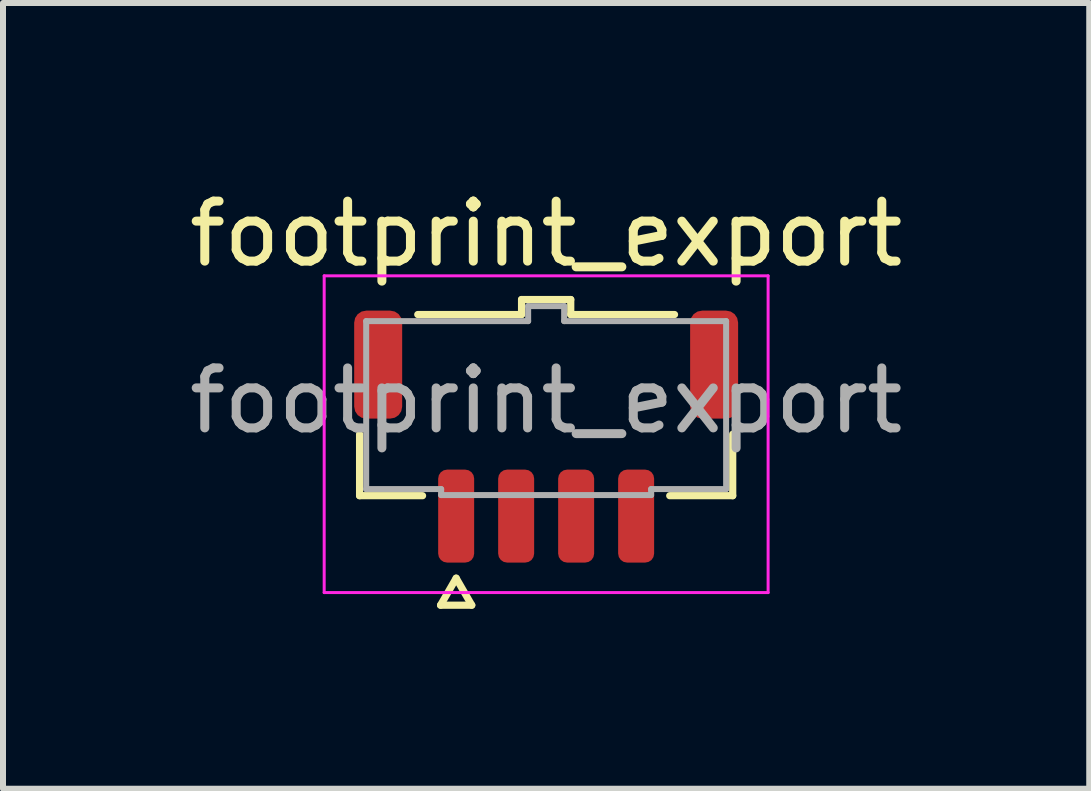
<source format=kicad_pcb>
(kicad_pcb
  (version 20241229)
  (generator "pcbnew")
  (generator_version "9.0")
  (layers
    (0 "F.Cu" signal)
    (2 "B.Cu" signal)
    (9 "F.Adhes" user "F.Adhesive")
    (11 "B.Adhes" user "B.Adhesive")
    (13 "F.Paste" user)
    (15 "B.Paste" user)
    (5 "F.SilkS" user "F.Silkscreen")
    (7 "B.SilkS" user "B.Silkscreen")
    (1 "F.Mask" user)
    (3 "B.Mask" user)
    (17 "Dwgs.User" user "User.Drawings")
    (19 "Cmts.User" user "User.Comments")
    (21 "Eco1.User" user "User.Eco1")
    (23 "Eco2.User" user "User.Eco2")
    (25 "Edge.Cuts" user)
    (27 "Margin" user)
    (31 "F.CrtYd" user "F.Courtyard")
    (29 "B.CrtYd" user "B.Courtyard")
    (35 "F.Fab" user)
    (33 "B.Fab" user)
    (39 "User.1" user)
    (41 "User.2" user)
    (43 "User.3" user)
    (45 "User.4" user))
  (footprint "footprint_export"
    (layer "F.Cu")
    (at 6.054 3.628)
    (property "Reference" "footprint_export" (at 0 -2.78 0) (layer "F.SilkS") (effects (font (size 1 1) (thickness 0.15))))
    (attr smd)
    (fp_line (start -3.11 1.585) (end -3.11 0.56) (stroke (width 0.12) (type solid)) (layer "F.SilkS"))
    (fp_line (start -2.14 -1.435) (end -0.41 -1.435) (stroke (width 0.12) (type solid)) (layer "F.SilkS"))
    (fp_line (start -2.06 1.585) (end -3.11 1.585) (stroke (width 0.12) (type solid)) (layer "F.SilkS"))
    (fp_line (start -1.76 3.41) (end -1.5 2.96) (stroke (width 0.12) (type solid)) (layer "F.SilkS"))
    (fp_line (start -1.5 2.96) (end -1.24 3.41) (stroke (width 0.12) (type solid)) (layer "F.SilkS"))
    (fp_line (start -1.24 3.41) (end -1.76 3.41) (stroke (width 0.12) (type solid)) (layer "F.SilkS"))
    (fp_line (start -0.41 -1.685) (end 0.41 -1.685) (stroke (width 0.12) (type solid)) (layer "F.SilkS"))
    (fp_line (start -0.41 -1.435) (end -0.41 -1.685) (stroke (width 0.12) (type solid)) (layer "F.SilkS"))
    (fp_line (start 0.41 -1.685) (end 0.41 -1.435) (stroke (width 0.12) (type solid)) (layer "F.SilkS"))
    (fp_line (start 0.41 -1.435) (end 2.14 -1.435) (stroke (width 0.12) (type solid)) (layer "F.SilkS"))
    (fp_line (start 3.11 0.56) (end 3.11 1.585) (stroke (width 0.12) (type solid)) (layer "F.SilkS"))
    (fp_line (start 3.11 1.585) (end 2.06 1.585) (stroke (width 0.12) (type solid)) (layer "F.SilkS"))
    (fp_line (start -3.7 -2.08) (end -3.7 3.2) (stroke (width 0.05) (type solid)) (layer "F.CrtYd"))
    (fp_line (start -3.7 3.2) (end 3.7 3.2) (stroke (width 0.05) (type solid)) (layer "F.CrtYd"))
    (fp_line (start 3.7 -2.08) (end -3.7 -2.08) (stroke (width 0.05) (type solid)) (layer "F.CrtYd"))
    (fp_line (start 3.7 3.2) (end 3.7 -2.08) (stroke (width 0.05) (type solid)) (layer "F.CrtYd"))
    (fp_line (start -3 -1.325) (end -0.3 -1.325) (stroke (width 0.1) (type solid)) (layer "F.Fab"))
    (fp_line (start -3 1.475) (end -3 -1.325) (stroke (width 0.1) (type solid)) (layer "F.Fab"))
    (fp_line (start -1.75 1.475) (end -3 1.475) (stroke (width 0.1) (type solid)) (layer "F.Fab"))
    (fp_line (start -1.75 1.575) (end -1.75 1.475) (stroke (width 0.1) (type solid)) (layer "F.Fab"))
    (fp_line (start -0.3 -1.575) (end 0.3 -1.575) (stroke (width 0.1) (type solid)) (layer "F.Fab"))
    (fp_line (start -0.3 -1.325) (end -0.3 -1.575) (stroke (width 0.1) (type solid)) (layer "F.Fab"))
    (fp_line (start 0.3 -1.575) (end 0.3 -1.325) (stroke (width 0.1) (type solid)) (layer "F.Fab"))
    (fp_line (start 0.3 -1.325) (end 3 -1.325) (stroke (width 0.1) (type solid)) (layer "F.Fab"))
    (fp_line (start 1.75 1.475) (end 1.75 1.575) (stroke (width 0.1) (type solid)) (layer "F.Fab"))
    (fp_line (start 1.75 1.575) (end -1.75 1.575) (stroke (width 0.1) (type solid)) (layer "F.Fab"))
    (fp_line (start 3 -1.325) (end 3 1.475) (stroke (width 0.1) (type solid)) (layer "F.Fab"))
    (fp_line (start 3 1.475) (end 1.75 1.475) (stroke (width 0.1) (type solid)) (layer "F.Fab"))
    (fp_text user "${REFERENCE}" (at 0 0 0) (layer "F.Fab") (effects (font (size 1 1) (thickness 0.15))))
    (pad "1" smd roundrect (at -1.5 1.925) (size 0.6 1.55) (layers "F.Cu" "F.Mask" "F.Paste") (roundrect_rratio 0.25))
    (pad "2" smd roundrect (at -0.5 1.925) (size 0.6 1.55) (layers "F.Cu" "F.Mask" "F.Paste") (roundrect_rratio 0.25))
    (pad "3" smd roundrect (at 0.5 1.925) (size 0.6 1.55) (layers "F.Cu" "F.Mask" "F.Paste") (roundrect_rratio 0.25))
    (pad "4" smd roundrect (at 1.5 1.925) (size 0.6 1.55) (layers "F.Cu" "F.Mask" "F.Paste") (roundrect_rratio 0.25))
    (pad "MP" smd roundrect (at -2.8 -0.6) (size 0.8 1.8) (layers "F.Cu" "F.Mask" "F.Paste") (roundrect_rratio 0.25))
    (pad "MP" smd roundrect (at 2.8 -0.6) (size 0.8 1.8) (layers "F.Cu" "F.Mask" "F.Paste") (roundrect_rratio 0.25)))
  (gr_rect
    (start -3 -3)
    (end 15.107 10.098)
    (stroke (width 0.1) (type default))
    (fill no)
    (layer "Edge.Cuts")))
</source>
